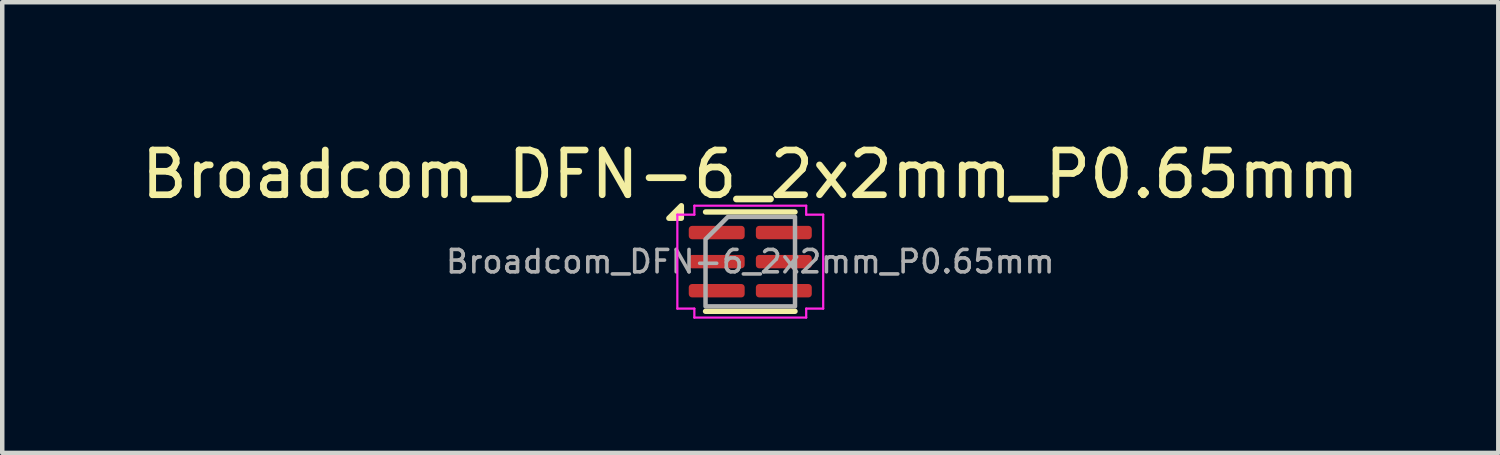
<source format=kicad_pcb>
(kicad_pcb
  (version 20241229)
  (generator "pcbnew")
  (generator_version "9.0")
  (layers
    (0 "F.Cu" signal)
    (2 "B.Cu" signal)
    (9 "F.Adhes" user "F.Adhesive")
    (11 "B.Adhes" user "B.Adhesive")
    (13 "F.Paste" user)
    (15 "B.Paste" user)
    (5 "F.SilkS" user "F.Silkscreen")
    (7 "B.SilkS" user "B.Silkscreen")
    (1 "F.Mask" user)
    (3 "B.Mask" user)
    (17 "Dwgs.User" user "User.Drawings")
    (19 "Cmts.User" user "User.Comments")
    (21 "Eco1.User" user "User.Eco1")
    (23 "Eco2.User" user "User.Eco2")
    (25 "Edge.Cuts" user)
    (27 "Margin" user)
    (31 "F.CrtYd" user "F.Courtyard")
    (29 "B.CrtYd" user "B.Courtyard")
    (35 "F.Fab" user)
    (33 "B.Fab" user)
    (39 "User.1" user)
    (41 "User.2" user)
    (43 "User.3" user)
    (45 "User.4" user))
  (footprint "Broadcom_DFN-6_2x2mm_P0.65mm"
    (layer "F.Cu")
    (at 13.72 2.798)
    (property "Reference" "Broadcom_DFN-6_2x2mm_P0.65mm" (at 0 -1.95 0) (layer "F.SilkS") (effects (font (size 1 1) (thickness 0.15))))
    (attr smd)
    (fp_line (start -1 -1.11) (end 1 -1.11) (stroke (width 0.12) (type solid)) (layer "F.SilkS"))
    (fp_line (start -1 1.11) (end 1 1.11) (stroke (width 0.12) (type solid)) (layer "F.SilkS"))
    (fp_poly (pts (xy -1.54 -0.97) (xy -1.82 -0.97) (xy -1.54 -1.25)) (stroke (width 0.12) (type solid)) (fill yes) (layer "F.SilkS"))
    (fp_line (start -1.63 -1.05) (end -1.25 -1.05) (stroke (width 0.05) (type solid)) (layer "F.CrtYd"))
    (fp_line (start -1.63 1.05) (end -1.63 -1.05) (stroke (width 0.05) (type solid)) (layer "F.CrtYd"))
    (fp_line (start -1.25 -1.25) (end 1.25 -1.25) (stroke (width 0.05) (type solid)) (layer "F.CrtYd"))
    (fp_line (start -1.25 -1.05) (end -1.25 -1.25) (stroke (width 0.05) (type solid)) (layer "F.CrtYd"))
    (fp_line (start -1.25 1.05) (end -1.63 1.05) (stroke (width 0.05) (type solid)) (layer "F.CrtYd"))
    (fp_line (start -1.25 1.25) (end -1.25 1.05) (stroke (width 0.05) (type solid)) (layer "F.CrtYd"))
    (fp_line (start 1.25 -1.25) (end 1.25 -1.05) (stroke (width 0.05) (type solid)) (layer "F.CrtYd"))
    (fp_line (start 1.25 -1.05) (end 1.63 -1.05) (stroke (width 0.05) (type solid)) (layer "F.CrtYd"))
    (fp_line (start 1.25 1.05) (end 1.25 1.25) (stroke (width 0.05) (type solid)) (layer "F.CrtYd"))
    (fp_line (start 1.25 1.25) (end -1.25 1.25) (stroke (width 0.05) (type solid)) (layer "F.CrtYd"))
    (fp_line (start 1.63 -1.05) (end 1.63 1.05) (stroke (width 0.05) (type solid)) (layer "F.CrtYd"))
    (fp_line (start 1.63 1.05) (end 1.25 1.05) (stroke (width 0.05) (type solid)) (layer "F.CrtYd"))
    (fp_poly (pts (xy -1 -0.5) (xy -1 1) (xy 1 1) (xy 1 -1) (xy -0.5 -1)) (stroke (width 0.1) (type solid)) (fill no) (layer "F.Fab"))
    (fp_text user "${REFERENCE}" (at 0 0 0) (layer "F.Fab") (effects (font (size 0.5 0.5) (thickness 0.08))))
    (pad "1" smd roundrect (at -0.75 -0.65) (size 1.25 0.3) (layers "F.Cu" "F.Mask" "F.Paste") (roundrect_rratio 0.25))
    (pad "2" smd roundrect (at -0.75 0) (size 1.25 0.3) (layers "F.Cu" "F.Mask" "F.Paste") (roundrect_rratio 0.25))
    (pad "3" smd roundrect (at -0.75 0.65) (size 1.25 0.3) (layers "F.Cu" "F.Mask" "F.Paste") (roundrect_rratio 0.25))
    (pad "4" smd roundrect (at 0.75 0.65) (size 1.25 0.3) (layers "F.Cu" "F.Mask" "F.Paste") (roundrect_rratio 0.25))
    (pad "5" smd roundrect (at 0.75 0) (size 1.25 0.3) (layers "F.Cu" "F.Mask" "F.Paste") (roundrect_rratio 0.25))
    (pad "6" smd roundrect (at 0.75 -0.65) (size 1.25 0.3) (layers "F.Cu" "F.Mask" "F.Paste") (roundrect_rratio 0.25)))
  (gr_rect
    (start -3 -3)
    (end 30.44 7.073)
    (stroke (width 0.1) (type default))
    (fill no)
    (layer "Edge.Cuts")))
</source>
